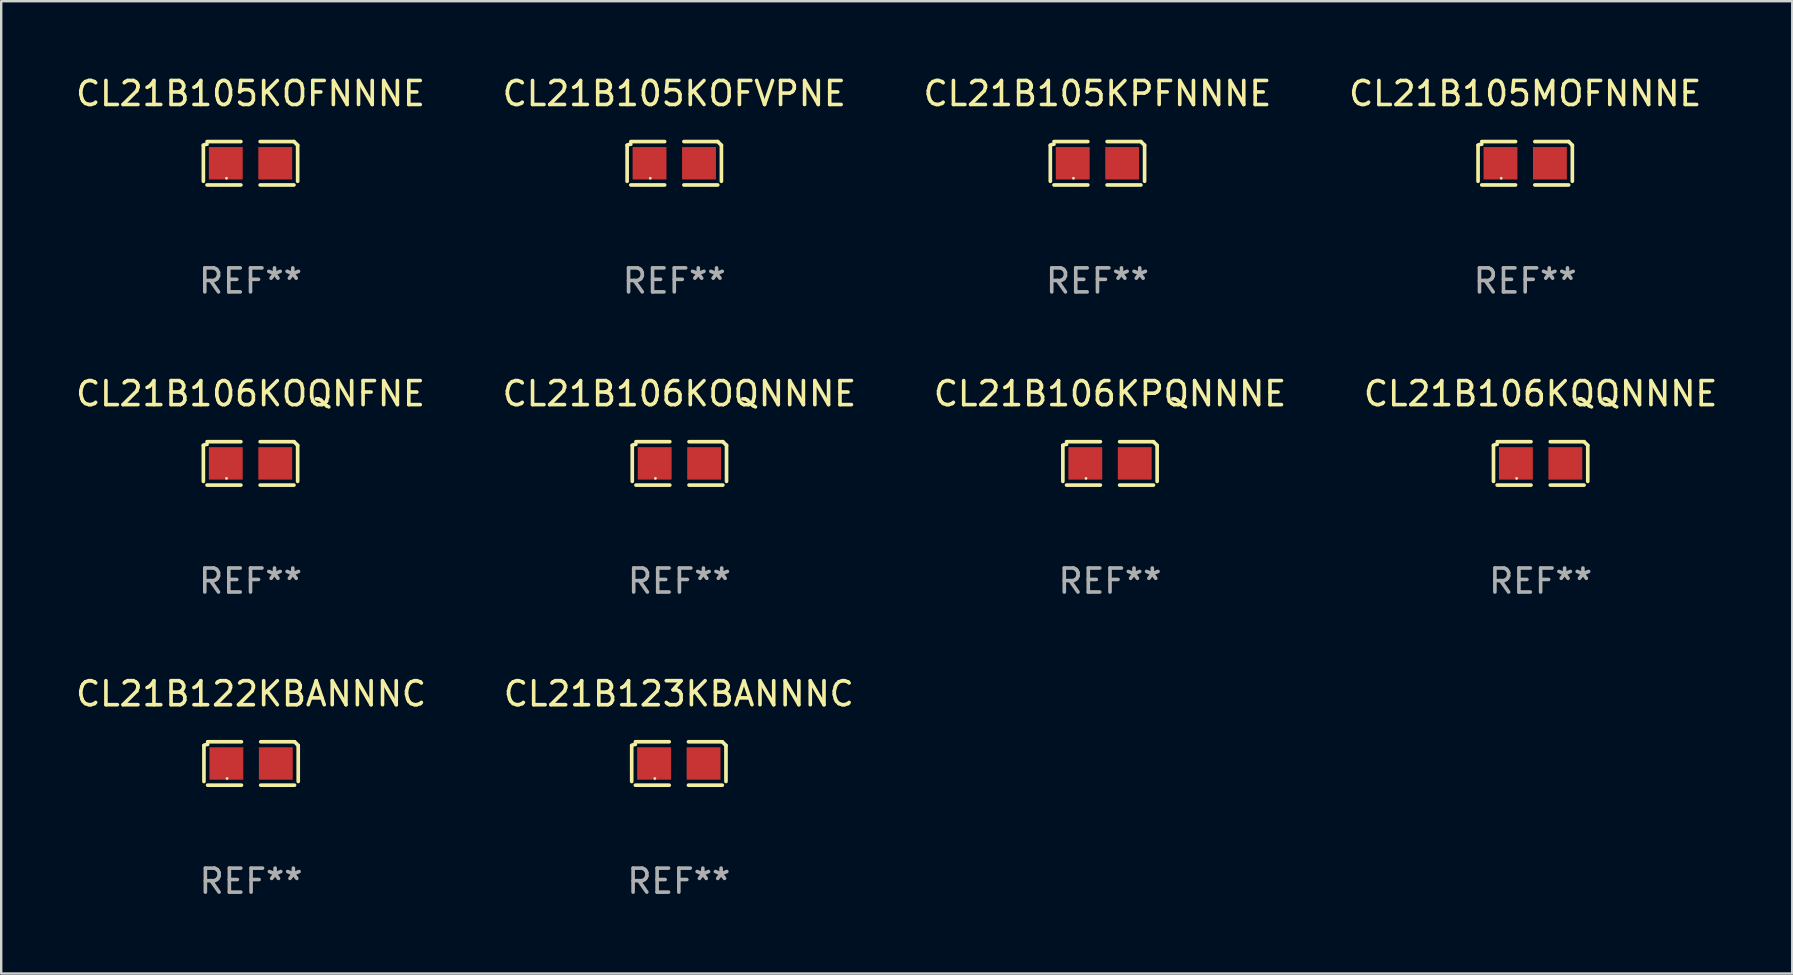
<source format=kicad_pcb>
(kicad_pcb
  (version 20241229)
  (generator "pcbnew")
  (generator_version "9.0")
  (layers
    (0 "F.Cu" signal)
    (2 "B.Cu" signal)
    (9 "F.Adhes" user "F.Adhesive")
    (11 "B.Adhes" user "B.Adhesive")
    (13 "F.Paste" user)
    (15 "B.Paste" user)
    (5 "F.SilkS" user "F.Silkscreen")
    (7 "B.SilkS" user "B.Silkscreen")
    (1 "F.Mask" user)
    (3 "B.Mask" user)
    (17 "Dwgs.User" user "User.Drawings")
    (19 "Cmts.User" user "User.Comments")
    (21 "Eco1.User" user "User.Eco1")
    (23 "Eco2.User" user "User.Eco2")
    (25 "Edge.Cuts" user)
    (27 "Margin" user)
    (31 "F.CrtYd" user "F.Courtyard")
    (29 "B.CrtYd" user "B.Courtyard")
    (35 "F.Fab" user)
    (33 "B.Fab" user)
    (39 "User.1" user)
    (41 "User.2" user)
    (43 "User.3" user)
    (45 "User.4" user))
  (footprint "CL21B106KOQNFNE"
    (layer "F.Cu")
    (at 7.387 16.256)
    (property "Reference" "CL21B106KOQNFNE" (at 0 -2.904 0) (layer "F.SilkS") (effects (font (size 1 1) (thickness 0.15))))
    (attr through_hole)
    (fp_line (start -1.964 0.751) (end -1.964 -0.751) (stroke (width 0.152) (type solid)) (layer "F.SilkS"))
    (fp_line (start -1.811 -0.904) (end -0.401 -0.904) (stroke (width 0.152) (type solid)) (layer "F.SilkS"))
    (fp_line (start -0.401 0.904) (end -1.811 0.904) (stroke (width 0.152) (type solid)) (layer "F.SilkS"))
    (fp_line (start 0.401 0.904) (end 1.811 0.904) (stroke (width 0.152) (type solid)) (layer "F.SilkS"))
    (fp_line (start 1.811 -0.904) (end 0.401 -0.904) (stroke (width 0.152) (type solid)) (layer "F.SilkS"))
    (fp_line (start 1.964 0.751) (end 1.964 -0.751) (stroke (width 0.152) (type solid)) (layer "F.SilkS"))
    (fp_arc (start -1.963602 -0.751207) (mid -1.890354 -0.783131) (end -1.811201 -0.794044) (stroke (width 0.1524) (type solid)) (layer "F.SilkS"))
    (fp_arc (start 1.811202 -0.903607) (mid 1.887413 -0.827418) (end 1.963602 -0.751207) (stroke (width 0.1524) (type solid)) (layer "F.SilkS"))
    (fp_circle (center -1 0.625) (end -0.97 0.625) (stroke (width 0.06) (type solid)) (fill no) (layer "F.SilkS"))
    (fp_text user "REF**" (at 0 4.904 0) (layer "F.Fab") (effects (font (size 1 1) (thickness 0.15))))
    (pad "1" smd rect (at -1.03 0) (size 1.41 1.35) (layers "F.Cu" "F.Mask" "F.Paste"))
    (pad "2" smd rect (at 1.03 0) (size 1.41 1.35) (layers "F.Cu" "F.Mask" "F.Paste")))
  (footprint "CL21B106KQQNNNE"
    (layer "F.Cu")
    (at 61.137 16.256)
    (property "Reference" "CL21B106KQQNNNE" (at 0 -2.904 0) (layer "F.SilkS") (effects (font (size 1 1) (thickness 0.15))))
    (attr through_hole)
    (fp_line (start -1.964 0.751) (end -1.964 -0.751) (stroke (width 0.152) (type solid)) (layer "F.SilkS"))
    (fp_line (start -1.811 -0.904) (end -0.401 -0.904) (stroke (width 0.152) (type solid)) (layer "F.SilkS"))
    (fp_line (start -0.401 0.904) (end -1.811 0.904) (stroke (width 0.152) (type solid)) (layer "F.SilkS"))
    (fp_line (start 0.401 0.904) (end 1.811 0.904) (stroke (width 0.152) (type solid)) (layer "F.SilkS"))
    (fp_line (start 1.811 -0.904) (end 0.401 -0.904) (stroke (width 0.152) (type solid)) (layer "F.SilkS"))
    (fp_line (start 1.964 0.751) (end 1.964 -0.751) (stroke (width 0.152) (type solid)) (layer "F.SilkS"))
    (fp_arc (start -1.963602 -0.751207) (mid -1.890354 -0.783131) (end -1.811201 -0.794044) (stroke (width 0.1524) (type solid)) (layer "F.SilkS"))
    (fp_arc (start 1.811202 -0.903607) (mid 1.887413 -0.827418) (end 1.963602 -0.751207) (stroke (width 0.1524) (type solid)) (layer "F.SilkS"))
    (fp_circle (center -1 0.625) (end -0.97 0.625) (stroke (width 0.06) (type solid)) (fill no) (layer "F.SilkS"))
    (fp_text user "REF**" (at 0 4.904 0) (layer "F.Fab") (effects (font (size 1 1) (thickness 0.15))))
    (pad "1" smd rect (at -1.03 0) (size 1.41 1.35) (layers "F.Cu" "F.Mask" "F.Paste"))
    (pad "2" smd rect (at 1.03 0) (size 1.41 1.35) (layers "F.Cu" "F.Mask" "F.Paste")))
  (footprint "CL21B106KOQNNNE"
    (layer "F.Cu")
    (at 25.256 16.256)
    (property "Reference" "CL21B106KOQNNNE" (at 0 -2.904 0) (layer "F.SilkS") (effects (font (size 1 1) (thickness 0.15))))
    (attr through_hole)
    (fp_line (start -1.964 0.751) (end -1.964 -0.751) (stroke (width 0.152) (type solid)) (layer "F.SilkS"))
    (fp_line (start -1.811 -0.904) (end -0.401 -0.904) (stroke (width 0.152) (type solid)) (layer "F.SilkS"))
    (fp_line (start -0.401 0.904) (end -1.811 0.904) (stroke (width 0.152) (type solid)) (layer "F.SilkS"))
    (fp_line (start 0.401 0.904) (end 1.811 0.904) (stroke (width 0.152) (type solid)) (layer "F.SilkS"))
    (fp_line (start 1.811 -0.904) (end 0.401 -0.904) (stroke (width 0.152) (type solid)) (layer "F.SilkS"))
    (fp_line (start 1.964 0.751) (end 1.964 -0.751) (stroke (width 0.152) (type solid)) (layer "F.SilkS"))
    (fp_arc (start -1.963602 -0.751207) (mid -1.890354 -0.783131) (end -1.811201 -0.794044) (stroke (width 0.1524) (type solid)) (layer "F.SilkS"))
    (fp_arc (start 1.811202 -0.903607) (mid 1.887413 -0.827418) (end 1.963602 -0.751207) (stroke (width 0.1524) (type solid)) (layer "F.SilkS"))
    (fp_circle (center -1 0.625) (end -0.97 0.625) (stroke (width 0.06) (type solid)) (fill no) (layer "F.SilkS"))
    (fp_text user "REF**" (at 0 4.904 0) (layer "F.Fab") (effects (font (size 1 1) (thickness 0.15))))
    (pad "1" smd rect (at -1.03 0) (size 1.41 1.35) (layers "F.Cu" "F.Mask" "F.Paste"))
    (pad "2" smd rect (at 1.03 0) (size 1.41 1.35) (layers "F.Cu" "F.Mask" "F.Paste")))
  (footprint "CL21B106KPQNNNE"
    (layer "F.Cu")
    (at 43.196 16.256)
    (property "Reference" "CL21B106KPQNNNE" (at 0 -2.904 0) (layer "F.SilkS") (effects (font (size 1 1) (thickness 0.15))))
    (attr through_hole)
    (fp_line (start -1.964 0.751) (end -1.964 -0.751) (stroke (width 0.152) (type solid)) (layer "F.SilkS"))
    (fp_line (start -1.811 -0.904) (end -0.401 -0.904) (stroke (width 0.152) (type solid)) (layer "F.SilkS"))
    (fp_line (start -0.401 0.904) (end -1.811 0.904) (stroke (width 0.152) (type solid)) (layer "F.SilkS"))
    (fp_line (start 0.401 0.904) (end 1.811 0.904) (stroke (width 0.152) (type solid)) (layer "F.SilkS"))
    (fp_line (start 1.811 -0.904) (end 0.401 -0.904) (stroke (width 0.152) (type solid)) (layer "F.SilkS"))
    (fp_line (start 1.964 0.751) (end 1.964 -0.751) (stroke (width 0.152) (type solid)) (layer "F.SilkS"))
    (fp_arc (start -1.963602 -0.751207) (mid -1.890354 -0.783131) (end -1.811201 -0.794044) (stroke (width 0.1524) (type solid)) (layer "F.SilkS"))
    (fp_arc (start 1.811202 -0.903607) (mid 1.887413 -0.827418) (end 1.963602 -0.751207) (stroke (width 0.1524) (type solid)) (layer "F.SilkS"))
    (fp_circle (center -1 0.625) (end -0.97 0.625) (stroke (width 0.06) (type solid)) (fill no) (layer "F.SilkS"))
    (fp_text user "REF**" (at 0 4.904 0) (layer "F.Fab") (effects (font (size 1 1) (thickness 0.15))))
    (pad "1" smd rect (at -1.03 0) (size 1.41 1.35) (layers "F.Cu" "F.Mask" "F.Paste"))
    (pad "2" smd rect (at 1.03 0) (size 1.41 1.35) (layers "F.Cu" "F.Mask" "F.Paste")))
  (footprint "CL21B105KPFNNNE"
    (layer "F.Cu")
    (at 42.673 3.752)
    (property "Reference" "CL21B105KPFNNNE" (at 0 -2.904 0) (layer "F.SilkS") (effects (font (size 1 1) (thickness 0.15))))
    (attr through_hole)
    (fp_line (start -1.964 0.751) (end -1.964 -0.751) (stroke (width 0.152) (type solid)) (layer "F.SilkS"))
    (fp_line (start -1.811 -0.904) (end -0.401 -0.904) (stroke (width 0.152) (type solid)) (layer "F.SilkS"))
    (fp_line (start -0.401 0.904) (end -1.811 0.904) (stroke (width 0.152) (type solid)) (layer "F.SilkS"))
    (fp_line (start 0.401 0.904) (end 1.811 0.904) (stroke (width 0.152) (type solid)) (layer "F.SilkS"))
    (fp_line (start 1.811 -0.904) (end 0.401 -0.904) (stroke (width 0.152) (type solid)) (layer "F.SilkS"))
    (fp_line (start 1.964 0.751) (end 1.964 -0.751) (stroke (width 0.152) (type solid)) (layer "F.SilkS"))
    (fp_arc (start -1.963602 -0.751207) (mid -1.890354 -0.783131) (end -1.811201 -0.794044) (stroke (width 0.1524) (type solid)) (layer "F.SilkS"))
    (fp_arc (start 1.811202 -0.903607) (mid 1.887413 -0.827418) (end 1.963602 -0.751207) (stroke (width 0.1524) (type solid)) (layer "F.SilkS"))
    (fp_circle (center -1 0.625) (end -0.97 0.625) (stroke (width 0.06) (type solid)) (fill no) (layer "F.SilkS"))
    (fp_text user "REF**" (at 0 4.904 0) (layer "F.Fab") (effects (font (size 1 1) (thickness 0.15))))
    (pad "1" smd rect (at -1.03 0) (size 1.41 1.35) (layers "F.Cu" "F.Mask" "F.Paste"))
    (pad "2" smd rect (at 1.03 0) (size 1.41 1.35) (layers "F.Cu" "F.Mask" "F.Paste")))
  (footprint "CL21B105KOFVPNE"
    (layer "F.Cu")
    (at 25.042 3.752)
    (property "Reference" "CL21B105KOFVPNE" (at 0 -2.904 0) (layer "F.SilkS") (effects (font (size 1 1) (thickness 0.15))))
    (attr through_hole)
    (fp_line (start -1.964 0.751) (end -1.964 -0.751) (stroke (width 0.152) (type solid)) (layer "F.SilkS"))
    (fp_line (start -1.811 -0.904) (end -0.401 -0.904) (stroke (width 0.152) (type solid)) (layer "F.SilkS"))
    (fp_line (start -0.401 0.904) (end -1.811 0.904) (stroke (width 0.152) (type solid)) (layer "F.SilkS"))
    (fp_line (start 0.401 0.904) (end 1.811 0.904) (stroke (width 0.152) (type solid)) (layer "F.SilkS"))
    (fp_line (start 1.811 -0.904) (end 0.401 -0.904) (stroke (width 0.152) (type solid)) (layer "F.SilkS"))
    (fp_line (start 1.964 0.751) (end 1.964 -0.751) (stroke (width 0.152) (type solid)) (layer "F.SilkS"))
    (fp_arc (start -1.963602 -0.751207) (mid -1.890354 -0.783131) (end -1.811201 -0.794044) (stroke (width 0.1524) (type solid)) (layer "F.SilkS"))
    (fp_arc (start 1.811202 -0.903607) (mid 1.887413 -0.827418) (end 1.963602 -0.751207) (stroke (width 0.1524) (type solid)) (layer "F.SilkS"))
    (fp_circle (center -1 0.625) (end -0.97 0.625) (stroke (width 0.06) (type solid)) (fill no) (layer "F.SilkS"))
    (fp_text user "REF**" (at 0 4.904 0) (layer "F.Fab") (effects (font (size 1 1) (thickness 0.15))))
    (pad "1" smd rect (at -1.03 0) (size 1.41 1.35) (layers "F.Cu" "F.Mask" "F.Paste"))
    (pad "2" smd rect (at 1.03 0) (size 1.41 1.35) (layers "F.Cu" "F.Mask" "F.Paste")))
  (footprint "CL21B123KBANNNC"
    (layer "F.Cu")
    (at 25.232 28.759)
    (property "Reference" "CL21B123KBANNNC" (at 0 -2.904 0) (layer "F.SilkS") (effects (font (size 1 1) (thickness 0.15))))
    (attr through_hole)
    (fp_line (start -1.964 0.751) (end -1.964 -0.751) (stroke (width 0.152) (type solid)) (layer "F.SilkS"))
    (fp_line (start -1.811 -0.904) (end -0.401 -0.904) (stroke (width 0.152) (type solid)) (layer "F.SilkS"))
    (fp_line (start -0.401 0.904) (end -1.811 0.904) (stroke (width 0.152) (type solid)) (layer "F.SilkS"))
    (fp_line (start 0.401 0.904) (end 1.811 0.904) (stroke (width 0.152) (type solid)) (layer "F.SilkS"))
    (fp_line (start 1.811 -0.904) (end 0.401 -0.904) (stroke (width 0.152) (type solid)) (layer "F.SilkS"))
    (fp_line (start 1.964 0.751) (end 1.964 -0.751) (stroke (width 0.152) (type solid)) (layer "F.SilkS"))
    (fp_arc (start -1.963602 -0.751207) (mid -1.890354 -0.783131) (end -1.811201 -0.794044) (stroke (width 0.1524) (type solid)) (layer "F.SilkS"))
    (fp_arc (start 1.811202 -0.903607) (mid 1.887413 -0.827418) (end 1.963602 -0.751207) (stroke (width 0.1524) (type solid)) (layer "F.SilkS"))
    (fp_circle (center -1 0.625) (end -0.97 0.625) (stroke (width 0.06) (type solid)) (fill no) (layer "F.SilkS"))
    (fp_text user "REF**" (at 0 4.904 0) (layer "F.Fab") (effects (font (size 1 1) (thickness 0.15))))
    (pad "1" smd rect (at -1.03 0) (size 1.41 1.35) (layers "F.Cu" "F.Mask" "F.Paste"))
    (pad "2" smd rect (at 1.03 0) (size 1.41 1.35) (layers "F.Cu" "F.Mask" "F.Paste")))
  (footprint "CL21B105MOFNNNE"
    (layer "F.Cu")
    (at 60.494 3.752)
    (property "Reference" "CL21B105MOFNNNE" (at 0 -2.904 0) (layer "F.SilkS") (effects (font (size 1 1) (thickness 0.15))))
    (attr through_hole)
    (fp_line (start -1.964 0.751) (end -1.964 -0.751) (stroke (width 0.152) (type solid)) (layer "F.SilkS"))
    (fp_line (start -1.811 -0.904) (end -0.401 -0.904) (stroke (width 0.152) (type solid)) (layer "F.SilkS"))
    (fp_line (start -0.401 0.904) (end -1.811 0.904) (stroke (width 0.152) (type solid)) (layer "F.SilkS"))
    (fp_line (start 0.401 0.904) (end 1.811 0.904) (stroke (width 0.152) (type solid)) (layer "F.SilkS"))
    (fp_line (start 1.811 -0.904) (end 0.401 -0.904) (stroke (width 0.152) (type solid)) (layer "F.SilkS"))
    (fp_line (start 1.964 0.751) (end 1.964 -0.751) (stroke (width 0.152) (type solid)) (layer "F.SilkS"))
    (fp_arc (start -1.963602 -0.751207) (mid -1.890354 -0.783131) (end -1.811201 -0.794044) (stroke (width 0.1524) (type solid)) (layer "F.SilkS"))
    (fp_arc (start 1.811202 -0.903607) (mid 1.887413 -0.827418) (end 1.963602 -0.751207) (stroke (width 0.1524) (type solid)) (layer "F.SilkS"))
    (fp_circle (center -1 0.625) (end -0.97 0.625) (stroke (width 0.06) (type solid)) (fill no) (layer "F.SilkS"))
    (fp_text user "REF**" (at 0 4.904 0) (layer "F.Fab") (effects (font (size 1 1) (thickness 0.15))))
    (pad "1" smd rect (at -1.03 0) (size 1.41 1.35) (layers "F.Cu" "F.Mask" "F.Paste"))
    (pad "2" smd rect (at 1.03 0) (size 1.41 1.35) (layers "F.Cu" "F.Mask" "F.Paste")))
  (footprint "CL21B122KBANNNC"
    (layer "F.Cu")
    (at 7.411 28.759)
    (property "Reference" "CL21B122KBANNNC" (at 0 -2.904 0) (layer "F.SilkS") (effects (font (size 1 1) (thickness 0.15))))
    (attr through_hole)
    (fp_line (start -1.964 0.751) (end -1.964 -0.751) (stroke (width 0.152) (type solid)) (layer "F.SilkS"))
    (fp_line (start -1.811 -0.904) (end -0.401 -0.904) (stroke (width 0.152) (type solid)) (layer "F.SilkS"))
    (fp_line (start -0.401 0.904) (end -1.811 0.904) (stroke (width 0.152) (type solid)) (layer "F.SilkS"))
    (fp_line (start 0.401 0.904) (end 1.811 0.904) (stroke (width 0.152) (type solid)) (layer "F.SilkS"))
    (fp_line (start 1.811 -0.904) (end 0.401 -0.904) (stroke (width 0.152) (type solid)) (layer "F.SilkS"))
    (fp_line (start 1.964 0.751) (end 1.964 -0.751) (stroke (width 0.152) (type solid)) (layer "F.SilkS"))
    (fp_arc (start -1.963602 -0.751207) (mid -1.890354 -0.783131) (end -1.811201 -0.794044) (stroke (width 0.1524) (type solid)) (layer "F.SilkS"))
    (fp_arc (start 1.811202 -0.903607) (mid 1.887413 -0.827418) (end 1.963602 -0.751207) (stroke (width 0.1524) (type solid)) (layer "F.SilkS"))
    (fp_circle (center -1 0.625) (end -0.97 0.625) (stroke (width 0.06) (type solid)) (fill no) (layer "F.SilkS"))
    (fp_text user "REF**" (at 0 4.904 0) (layer "F.Fab") (effects (font (size 1 1) (thickness 0.15))))
    (pad "1" smd rect (at -1.03 0) (size 1.41 1.35) (layers "F.Cu" "F.Mask" "F.Paste"))
    (pad "2" smd rect (at 1.03 0) (size 1.41 1.35) (layers "F.Cu" "F.Mask" "F.Paste")))
  (footprint "CL21B105KOFNNNE"
    (layer "F.Cu")
    (at 7.387 3.752)
    (property "Reference" "CL21B105KOFNNNE" (at 0 -2.904 0) (layer "F.SilkS") (effects (font (size 1 1) (thickness 0.15))))
    (attr through_hole)
    (fp_line (start -1.964 0.751) (end -1.964 -0.751) (stroke (width 0.152) (type solid)) (layer "F.SilkS"))
    (fp_line (start -1.811 -0.904) (end -0.401 -0.904) (stroke (width 0.152) (type solid)) (layer "F.SilkS"))
    (fp_line (start -0.401 0.904) (end -1.811 0.904) (stroke (width 0.152) (type solid)) (layer "F.SilkS"))
    (fp_line (start 0.401 0.904) (end 1.811 0.904) (stroke (width 0.152) (type solid)) (layer "F.SilkS"))
    (fp_line (start 1.811 -0.904) (end 0.401 -0.904) (stroke (width 0.152) (type solid)) (layer "F.SilkS"))
    (fp_line (start 1.964 0.751) (end 1.964 -0.751) (stroke (width 0.152) (type solid)) (layer "F.SilkS"))
    (fp_arc (start -1.963602 -0.751207) (mid -1.890354 -0.783131) (end -1.811201 -0.794044) (stroke (width 0.1524) (type solid)) (layer "F.SilkS"))
    (fp_arc (start 1.811202 -0.903607) (mid 1.887413 -0.827418) (end 1.963602 -0.751207) (stroke (width 0.1524) (type solid)) (layer "F.SilkS"))
    (fp_circle (center -1 0.625) (end -0.97 0.625) (stroke (width 0.06) (type solid)) (fill no) (layer "F.SilkS"))
    (fp_text user "REF**" (at 0 4.904 0) (layer "F.Fab") (effects (font (size 1 1) (thickness 0.15))))
    (pad "1" smd rect (at -1.03 0) (size 1.41 1.35) (layers "F.Cu" "F.Mask" "F.Paste"))
    (pad "2" smd rect (at 1.03 0) (size 1.41 1.35) (layers "F.Cu" "F.Mask" "F.Paste")))
  (gr_rect
    (start -3 -3)
    (end 71.619 37.511)
    (stroke (width 0.1) (type default))
    (fill no)
    (layer "Edge.Cuts")))
</source>
